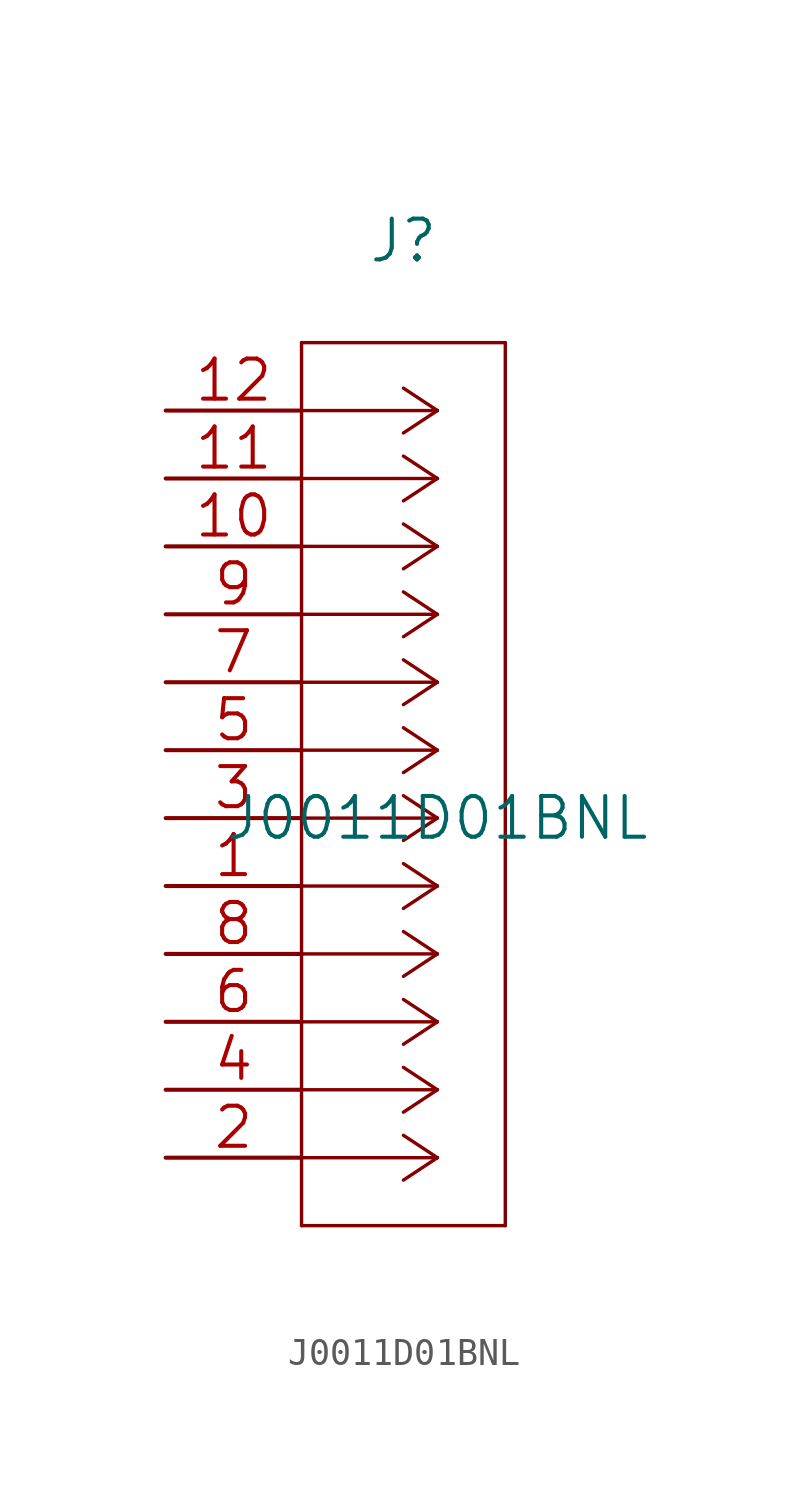
<source format=kicad_sym>
(kicad_symbol_lib
  (version 20220914)
  (generator kicad_symbol_editor)
  (symbol "J0011D01BNL"
    (pin_names
      (offset 0.254) hide)
    (property "Reference" "J"
      (at 8.89 6.35 0)
      (effects (font (size 1.524 1.524))))
    (property "Value" "J0011D01BNL"
      (at 10.16 -15.24 0)
      (effects (font (size 1.524 1.524))))
    (property "Datasheet" ""
      (at 0 0 0)
      (effects (font (size 1.524 1.524))))
    (property "ki_locked" ""
      (at 0 0 0)
      (effects (font (size 1.27 1.27))))
    (symbol "J0011D01BNL_1_1"
      (polyline (pts (xy 5.08 -30.48) (xy 12.7 -30.48)) (stroke (width 0.127) (type solid)) (fill (type none)))
      (polyline (pts (xy 5.08 2.54) (xy 5.08 -30.48)) (stroke (width 0.127) (type solid)) (fill (type none)))
      (polyline (pts (xy 10.16 -27.94) (xy 5.08 -27.94)) (stroke (width 0.127) (type solid)) (fill (type none)))
      (polyline (pts (xy 10.16 -27.94) (xy 8.89 -28.778)) (stroke (width 0.127) (type solid)) (fill (type none)))
      (polyline (pts (xy 10.16 -27.94) (xy 8.89 -27.102)) (stroke (width 0.127) (type solid)) (fill (type none)))
      (polyline (pts (xy 10.16 -25.4) (xy 5.08 -25.4)) (stroke (width 0.127) (type solid)) (fill (type none)))
      (polyline (pts (xy 10.16 -25.4) (xy 8.89 -26.238)) (stroke (width 0.127) (type solid)) (fill (type none)))
      (polyline (pts (xy 10.16 -25.4) (xy 8.89 -24.562)) (stroke (width 0.127) (type solid)) (fill (type none)))
      (polyline (pts (xy 10.16 -22.86) (xy 5.08 -22.86)) (stroke (width 0.127) (type solid)) (fill (type none)))
      (polyline (pts (xy 10.16 -22.86) (xy 8.89 -23.698)) (stroke (width 0.127) (type solid)) (fill (type none)))
      (polyline (pts (xy 10.16 -22.86) (xy 8.89 -22.022)) (stroke (width 0.127) (type solid)) (fill (type none)))
      (polyline (pts (xy 10.16 -20.32) (xy 5.08 -20.32)) (stroke (width 0.127) (type solid)) (fill (type none)))
      (polyline (pts (xy 10.16 -20.32) (xy 8.89 -21.158)) (stroke (width 0.127) (type solid)) (fill (type none)))
      (polyline (pts (xy 10.16 -20.32) (xy 8.89 -19.482)) (stroke (width 0.127) (type solid)) (fill (type none)))
      (polyline (pts (xy 10.16 -17.78) (xy 5.08 -17.78)) (stroke (width 0.127) (type solid)) (fill (type none)))
      (polyline (pts (xy 10.16 -17.78) (xy 8.89 -18.618)) (stroke (width 0.127) (type solid)) (fill (type none)))
      (polyline (pts (xy 10.16 -17.78) (xy 8.89 -16.942)) (stroke (width 0.127) (type solid)) (fill (type none)))
      (polyline (pts (xy 10.16 -15.24) (xy 5.08 -15.24)) (stroke (width 0.127) (type solid)) (fill (type none)))
      (polyline (pts (xy 10.16 -15.24) (xy 8.89 -16.078)) (stroke (width 0.127) (type solid)) (fill (type none)))
      (polyline (pts (xy 10.16 -15.24) (xy 8.89 -14.402)) (stroke (width 0.127) (type solid)) (fill (type none)))
      (polyline (pts (xy 10.16 -12.7) (xy 5.08 -12.7)) (stroke (width 0.127) (type solid)) (fill (type none)))
      (polyline (pts (xy 10.16 -12.7) (xy 8.89 -13.538)) (stroke (width 0.127) (type solid)) (fill (type none)))
      (polyline (pts (xy 10.16 -12.7) (xy 8.89 -11.862)) (stroke (width 0.127) (type solid)) (fill (type none)))
      (polyline (pts (xy 10.16 -10.16) (xy 5.08 -10.16)) (stroke (width 0.127) (type solid)) (fill (type none)))
      (polyline (pts (xy 10.16 -10.16) (xy 8.89 -10.998)) (stroke (width 0.127) (type solid)) (fill (type none)))
      (polyline (pts (xy 10.16 -10.16) (xy 8.89 -9.322)) (stroke (width 0.127) (type solid)) (fill (type none)))
      (polyline (pts (xy 10.16 -7.62) (xy 5.08 -7.62)) (stroke (width 0.127) (type solid)) (fill (type none)))
      (polyline (pts (xy 10.16 -7.62) (xy 8.89 -8.458)) (stroke (width 0.127) (type solid)) (fill (type none)))
      (polyline (pts (xy 10.16 -7.62) (xy 8.89 -6.782)) (stroke (width 0.127) (type solid)) (fill (type none)))
      (polyline (pts (xy 10.16 -5.08) (xy 5.08 -5.08)) (stroke (width 0.127) (type solid)) (fill (type none)))
      (polyline (pts (xy 10.16 -5.08) (xy 8.89 -5.918)) (stroke (width 0.127) (type solid)) (fill (type none)))
      (polyline (pts (xy 10.16 -5.08) (xy 8.89 -4.242)) (stroke (width 0.127) (type solid)) (fill (type none)))
      (polyline (pts (xy 10.16 -2.54) (xy 5.08 -2.54)) (stroke (width 0.127) (type solid)) (fill (type none)))
      (polyline (pts (xy 10.16 -2.54) (xy 8.89 -3.378)) (stroke (width 0.127) (type solid)) (fill (type none)))
      (polyline (pts (xy 10.16 -2.54) (xy 8.89 -1.702)) (stroke (width 0.127) (type solid)) (fill (type none)))
      (polyline (pts (xy 10.16 0) (xy 5.08 0)) (stroke (width 0.127) (type solid)) (fill (type none)))
      (polyline (pts (xy 10.16 0) (xy 8.89 -0.838)) (stroke (width 0.127) (type solid)) (fill (type none)))
      (polyline (pts (xy 10.16 0) (xy 8.89 0.838)) (stroke (width 0.127) (type solid)) (fill (type none)))
      (polyline (pts (xy 12.7 -30.48) (xy 12.7 2.54)) (stroke (width 0.127) (type solid)) (fill (type none)))
      (polyline (pts (xy 12.7 2.54) (xy 5.08 2.54)) (stroke (width 0.127) (type solid)) (fill (type none)))
      (pin passive line (at 0 -17.78 0) (length 5.08) (name "1" (effects (font (size 1.499 1.499)))) (number "1" (effects (font (size 1.499 1.499)))))
      (pin passive line (at 0 -5.08 0) (length 5.08) (name "10" (effects (font (size 1.499 1.499)))) (number "10" (effects (font (size 1.499 1.499)))))
      (pin passive line (at 0 -2.54 0) (length 5.08) (name "11" (effects (font (size 1.499 1.499)))) (number "11" (effects (font (size 1.499 1.499)))))
      (pin passive line (at 0 0 0) (length 5.08) (name "12" (effects (font (size 1.499 1.499)))) (number "12" (effects (font (size 1.499 1.499)))))
      (pin passive line (at 0 -27.94 0) (length 5.08) (name "2" (effects (font (size 1.499 1.499)))) (number "2" (effects (font (size 1.499 1.499)))))
      (pin passive line (at 0 -15.24 0) (length 5.08) (name "3" (effects (font (size 1.499 1.499)))) (number "3" (effects (font (size 1.499 1.499)))))
      (pin passive line (at 0 -25.4 0) (length 5.08) (name "4" (effects (font (size 1.499 1.499)))) (number "4" (effects (font (size 1.499 1.499)))))
      (pin passive line (at 0 -12.7 0) (length 5.08) (name "5" (effects (font (size 1.499 1.499)))) (number "5" (effects (font (size 1.499 1.499)))))
      (pin passive line (at 0 -22.86 0) (length 5.08) (name "6" (effects (font (size 1.499 1.499)))) (number "6" (effects (font (size 1.499 1.499)))))
      (pin passive line (at 0 -10.16 0) (length 5.08) (name "7" (effects (font (size 1.499 1.499)))) (number "7" (effects (font (size 1.499 1.499)))))
      (pin passive line (at 0 -20.32 0) (length 5.08) (name "8" (effects (font (size 1.499 1.499)))) (number "8" (effects (font (size 1.499 1.499)))))
      (pin passive line (at 0 -7.62 0) (length 5.08) (name "9" (effects (font (size 1.499 1.499)))) (number "9" (effects (font (size 1.499 1.499))))))))
</source>
